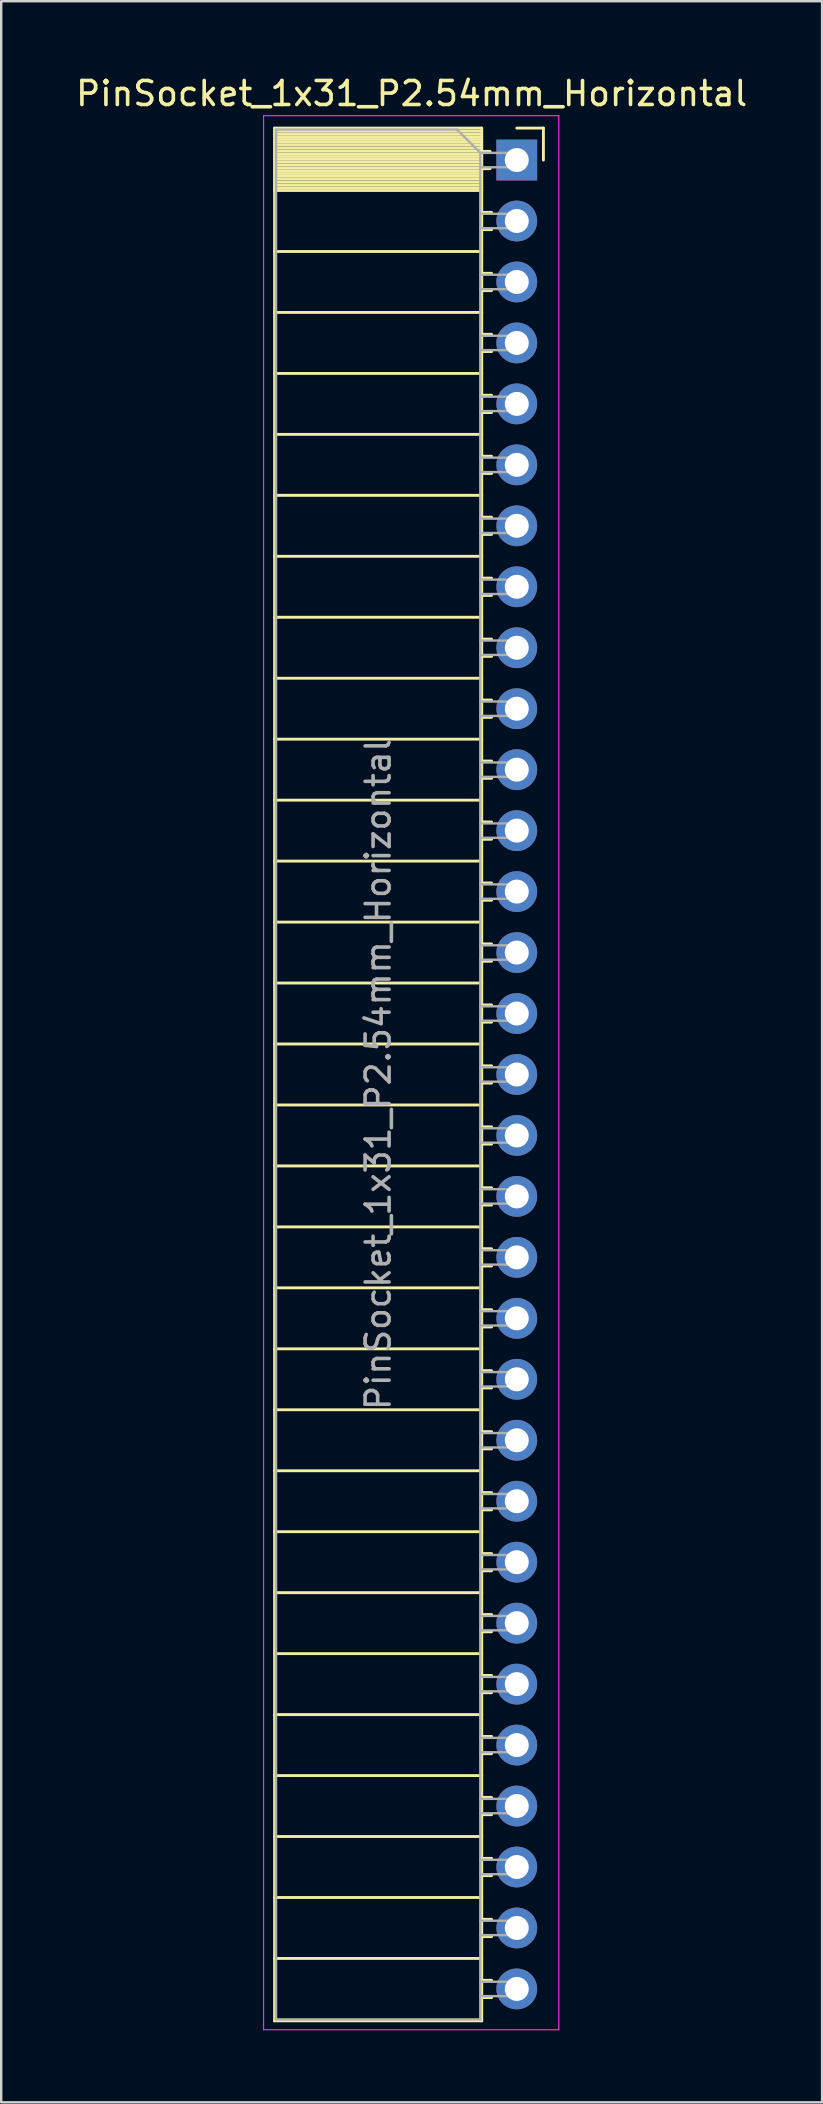
<source format=kicad_pcb>
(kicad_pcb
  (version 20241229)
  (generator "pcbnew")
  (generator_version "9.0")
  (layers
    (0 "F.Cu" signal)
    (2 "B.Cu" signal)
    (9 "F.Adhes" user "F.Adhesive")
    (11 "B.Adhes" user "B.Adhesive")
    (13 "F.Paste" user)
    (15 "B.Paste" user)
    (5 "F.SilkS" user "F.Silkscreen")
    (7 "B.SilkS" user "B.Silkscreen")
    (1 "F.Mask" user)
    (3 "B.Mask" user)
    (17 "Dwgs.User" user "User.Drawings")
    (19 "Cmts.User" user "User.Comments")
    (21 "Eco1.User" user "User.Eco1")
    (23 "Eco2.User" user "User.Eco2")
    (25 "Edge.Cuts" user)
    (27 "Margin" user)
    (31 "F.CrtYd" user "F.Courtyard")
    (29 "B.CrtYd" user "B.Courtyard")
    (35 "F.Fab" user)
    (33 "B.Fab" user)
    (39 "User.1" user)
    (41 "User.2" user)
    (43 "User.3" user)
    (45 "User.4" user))
  (footprint "PinSocket_1x31_P2.54mm_Horizontal"
    (layer "F.Cu")
    (at 18.481 3.618)
    (property "Reference" "PinSocket_1x31_P2.54mm_Horizontal" (at -4.38 -2.77 0) (layer "F.SilkS") (effects (font (size 1 1) (thickness 0.15))))
    (attr through_hole)
    (fp_line (start -10.09 -1.33) (end -10.09 77.53) (stroke (width 0.12) (type solid)) (layer "F.SilkS"))
    (fp_line (start -10.09 -1.33) (end -1.46 -1.33) (stroke (width 0.12) (type solid)) (layer "F.SilkS"))
    (fp_line (start -10.09 -1.21) (end -1.46 -1.21) (stroke (width 0.12) (type solid)) (layer "F.SilkS"))
    (fp_line (start -10.09 -1.092) (end -1.46 -1.092) (stroke (width 0.12) (type solid)) (layer "F.SilkS"))
    (fp_line (start -10.09 -0.974) (end -1.46 -0.974) (stroke (width 0.12) (type solid)) (layer "F.SilkS"))
    (fp_line (start -10.09 -0.856) (end -1.46 -0.856) (stroke (width 0.12) (type solid)) (layer "F.SilkS"))
    (fp_line (start -10.09 -0.738) (end -1.46 -0.738) (stroke (width 0.12) (type solid)) (layer "F.SilkS"))
    (fp_line (start -10.09 -0.62) (end -1.46 -0.62) (stroke (width 0.12) (type solid)) (layer "F.SilkS"))
    (fp_line (start -10.09 -0.501) (end -1.46 -0.501) (stroke (width 0.12) (type solid)) (layer "F.SilkS"))
    (fp_line (start -10.09 -0.383) (end -1.46 -0.383) (stroke (width 0.12) (type solid)) (layer "F.SilkS"))
    (fp_line (start -10.09 -0.265) (end -1.46 -0.265) (stroke (width 0.12) (type solid)) (layer "F.SilkS"))
    (fp_line (start -10.09 -0.147) (end -1.46 -0.147) (stroke (width 0.12) (type solid)) (layer "F.SilkS"))
    (fp_line (start -10.09 -0.029) (end -1.46 -0.029) (stroke (width 0.12) (type solid)) (layer "F.SilkS"))
    (fp_line (start -10.09 0.089) (end -1.46 0.089) (stroke (width 0.12) (type solid)) (layer "F.SilkS"))
    (fp_line (start -10.09 0.207) (end -1.46 0.207) (stroke (width 0.12) (type solid)) (layer "F.SilkS"))
    (fp_line (start -10.09 0.325) (end -1.46 0.325) (stroke (width 0.12) (type solid)) (layer "F.SilkS"))
    (fp_line (start -10.09 0.443) (end -1.46 0.443) (stroke (width 0.12) (type solid)) (layer "F.SilkS"))
    (fp_line (start -10.09 0.561) (end -1.46 0.561) (stroke (width 0.12) (type solid)) (layer "F.SilkS"))
    (fp_line (start -10.09 0.68) (end -1.46 0.68) (stroke (width 0.12) (type solid)) (layer "F.SilkS"))
    (fp_line (start -10.09 0.798) (end -1.46 0.798) (stroke (width 0.12) (type solid)) (layer "F.SilkS"))
    (fp_line (start -10.09 0.916) (end -1.46 0.916) (stroke (width 0.12) (type solid)) (layer "F.SilkS"))
    (fp_line (start -10.09 1.034) (end -1.46 1.034) (stroke (width 0.12) (type solid)) (layer "F.SilkS"))
    (fp_line (start -10.09 1.152) (end -1.46 1.152) (stroke (width 0.12) (type solid)) (layer "F.SilkS"))
    (fp_line (start -10.09 1.27) (end -1.46 1.27) (stroke (width 0.12) (type solid)) (layer "F.SilkS"))
    (fp_line (start -10.09 3.81) (end -1.46 3.81) (stroke (width 0.12) (type solid)) (layer "F.SilkS"))
    (fp_line (start -10.09 6.35) (end -1.46 6.35) (stroke (width 0.12) (type solid)) (layer "F.SilkS"))
    (fp_line (start -10.09 8.89) (end -1.46 8.89) (stroke (width 0.12) (type solid)) (layer "F.SilkS"))
    (fp_line (start -10.09 11.43) (end -1.46 11.43) (stroke (width 0.12) (type solid)) (layer "F.SilkS"))
    (fp_line (start -10.09 13.97) (end -1.46 13.97) (stroke (width 0.12) (type solid)) (layer "F.SilkS"))
    (fp_line (start -10.09 16.51) (end -1.46 16.51) (stroke (width 0.12) (type solid)) (layer "F.SilkS"))
    (fp_line (start -10.09 19.05) (end -1.46 19.05) (stroke (width 0.12) (type solid)) (layer "F.SilkS"))
    (fp_line (start -10.09 21.59) (end -1.46 21.59) (stroke (width 0.12) (type solid)) (layer "F.SilkS"))
    (fp_line (start -10.09 24.13) (end -1.46 24.13) (stroke (width 0.12) (type solid)) (layer "F.SilkS"))
    (fp_line (start -10.09 26.67) (end -1.46 26.67) (stroke (width 0.12) (type solid)) (layer "F.SilkS"))
    (fp_line (start -10.09 29.21) (end -1.46 29.21) (stroke (width 0.12) (type solid)) (layer "F.SilkS"))
    (fp_line (start -10.09 31.75) (end -1.46 31.75) (stroke (width 0.12) (type solid)) (layer "F.SilkS"))
    (fp_line (start -10.09 34.29) (end -1.46 34.29) (stroke (width 0.12) (type solid)) (layer "F.SilkS"))
    (fp_line (start -10.09 36.83) (end -1.46 36.83) (stroke (width 0.12) (type solid)) (layer "F.SilkS"))
    (fp_line (start -10.09 39.37) (end -1.46 39.37) (stroke (width 0.12) (type solid)) (layer "F.SilkS"))
    (fp_line (start -10.09 41.91) (end -1.46 41.91) (stroke (width 0.12) (type solid)) (layer "F.SilkS"))
    (fp_line (start -10.09 44.45) (end -1.46 44.45) (stroke (width 0.12) (type solid)) (layer "F.SilkS"))
    (fp_line (start -10.09 46.99) (end -1.46 46.99) (stroke (width 0.12) (type solid)) (layer "F.SilkS"))
    (fp_line (start -10.09 49.53) (end -1.46 49.53) (stroke (width 0.12) (type solid)) (layer "F.SilkS"))
    (fp_line (start -10.09 52.07) (end -1.46 52.07) (stroke (width 0.12) (type solid)) (layer "F.SilkS"))
    (fp_line (start -10.09 54.61) (end -1.46 54.61) (stroke (width 0.12) (type solid)) (layer "F.SilkS"))
    (fp_line (start -10.09 57.15) (end -1.46 57.15) (stroke (width 0.12) (type solid)) (layer "F.SilkS"))
    (fp_line (start -10.09 59.69) (end -1.46 59.69) (stroke (width 0.12) (type solid)) (layer "F.SilkS"))
    (fp_line (start -10.09 62.23) (end -1.46 62.23) (stroke (width 0.12) (type solid)) (layer "F.SilkS"))
    (fp_line (start -10.09 64.77) (end -1.46 64.77) (stroke (width 0.12) (type solid)) (layer "F.SilkS"))
    (fp_line (start -10.09 67.31) (end -1.46 67.31) (stroke (width 0.12) (type solid)) (layer "F.SilkS"))
    (fp_line (start -10.09 69.85) (end -1.46 69.85) (stroke (width 0.12) (type solid)) (layer "F.SilkS"))
    (fp_line (start -10.09 72.39) (end -1.46 72.39) (stroke (width 0.12) (type solid)) (layer "F.SilkS"))
    (fp_line (start -10.09 74.93) (end -1.46 74.93) (stroke (width 0.12) (type solid)) (layer "F.SilkS"))
    (fp_line (start -10.09 77.53) (end -1.46 77.53) (stroke (width 0.12) (type solid)) (layer "F.SilkS"))
    (fp_line (start -1.46 -1.33) (end -1.46 77.53) (stroke (width 0.12) (type solid)) (layer "F.SilkS"))
    (fp_line (start -1.46 -0.36) (end -1.11 -0.36) (stroke (width 0.12) (type solid)) (layer "F.SilkS"))
    (fp_line (start -1.46 0.36) (end -1.11 0.36) (stroke (width 0.12) (type solid)) (layer "F.SilkS"))
    (fp_line (start -1.46 2.18) (end -1.05 2.18) (stroke (width 0.12) (type solid)) (layer "F.SilkS"))
    (fp_line (start -1.46 2.9) (end -1.05 2.9) (stroke (width 0.12) (type solid)) (layer "F.SilkS"))
    (fp_line (start -1.46 4.72) (end -1.05 4.72) (stroke (width 0.12) (type solid)) (layer "F.SilkS"))
    (fp_line (start -1.46 5.44) (end -1.05 5.44) (stroke (width 0.12) (type solid)) (layer "F.SilkS"))
    (fp_line (start -1.46 7.26) (end -1.05 7.26) (stroke (width 0.12) (type solid)) (layer "F.SilkS"))
    (fp_line (start -1.46 7.98) (end -1.05 7.98) (stroke (width 0.12) (type solid)) (layer "F.SilkS"))
    (fp_line (start -1.46 9.8) (end -1.05 9.8) (stroke (width 0.12) (type solid)) (layer "F.SilkS"))
    (fp_line (start -1.46 10.52) (end -1.05 10.52) (stroke (width 0.12) (type solid)) (layer "F.SilkS"))
    (fp_line (start -1.46 12.34) (end -1.05 12.34) (stroke (width 0.12) (type solid)) (layer "F.SilkS"))
    (fp_line (start -1.46 13.06) (end -1.05 13.06) (stroke (width 0.12) (type solid)) (layer "F.SilkS"))
    (fp_line (start -1.46 14.88) (end -1.05 14.88) (stroke (width 0.12) (type solid)) (layer "F.SilkS"))
    (fp_line (start -1.46 15.6) (end -1.05 15.6) (stroke (width 0.12) (type solid)) (layer "F.SilkS"))
    (fp_line (start -1.46 17.42) (end -1.05 17.42) (stroke (width 0.12) (type solid)) (layer "F.SilkS"))
    (fp_line (start -1.46 18.14) (end -1.05 18.14) (stroke (width 0.12) (type solid)) (layer "F.SilkS"))
    (fp_line (start -1.46 19.96) (end -1.05 19.96) (stroke (width 0.12) (type solid)) (layer "F.SilkS"))
    (fp_line (start -1.46 20.68) (end -1.05 20.68) (stroke (width 0.12) (type solid)) (layer "F.SilkS"))
    (fp_line (start -1.46 22.5) (end -1.05 22.5) (stroke (width 0.12) (type solid)) (layer "F.SilkS"))
    (fp_line (start -1.46 23.22) (end -1.05 23.22) (stroke (width 0.12) (type solid)) (layer "F.SilkS"))
    (fp_line (start -1.46 25.04) (end -1.05 25.04) (stroke (width 0.12) (type solid)) (layer "F.SilkS"))
    (fp_line (start -1.46 25.76) (end -1.05 25.76) (stroke (width 0.12) (type solid)) (layer "F.SilkS"))
    (fp_line (start -1.46 27.58) (end -1.05 27.58) (stroke (width 0.12) (type solid)) (layer "F.SilkS"))
    (fp_line (start -1.46 28.3) (end -1.05 28.3) (stroke (width 0.12) (type solid)) (layer "F.SilkS"))
    (fp_line (start -1.46 30.12) (end -1.05 30.12) (stroke (width 0.12) (type solid)) (layer "F.SilkS"))
    (fp_line (start -1.46 30.84) (end -1.05 30.84) (stroke (width 0.12) (type solid)) (layer "F.SilkS"))
    (fp_line (start -1.46 32.66) (end -1.05 32.66) (stroke (width 0.12) (type solid)) (layer "F.SilkS"))
    (fp_line (start -1.46 33.38) (end -1.05 33.38) (stroke (width 0.12) (type solid)) (layer "F.SilkS"))
    (fp_line (start -1.46 35.2) (end -1.05 35.2) (stroke (width 0.12) (type solid)) (layer "F.SilkS"))
    (fp_line (start -1.46 35.92) (end -1.05 35.92) (stroke (width 0.12) (type solid)) (layer "F.SilkS"))
    (fp_line (start -1.46 37.74) (end -1.05 37.74) (stroke (width 0.12) (type solid)) (layer "F.SilkS"))
    (fp_line (start -1.46 38.46) (end -1.05 38.46) (stroke (width 0.12) (type solid)) (layer "F.SilkS"))
    (fp_line (start -1.46 40.28) (end -1.05 40.28) (stroke (width 0.12) (type solid)) (layer "F.SilkS"))
    (fp_line (start -1.46 41) (end -1.05 41) (stroke (width 0.12) (type solid)) (layer "F.SilkS"))
    (fp_line (start -1.46 42.82) (end -1.05 42.82) (stroke (width 0.12) (type solid)) (layer "F.SilkS"))
    (fp_line (start -1.46 43.54) (end -1.05 43.54) (stroke (width 0.12) (type solid)) (layer "F.SilkS"))
    (fp_line (start -1.46 45.36) (end -1.05 45.36) (stroke (width 0.12) (type solid)) (layer "F.SilkS"))
    (fp_line (start -1.46 46.08) (end -1.05 46.08) (stroke (width 0.12) (type solid)) (layer "F.SilkS"))
    (fp_line (start -1.46 47.9) (end -1.05 47.9) (stroke (width 0.12) (type solid)) (layer "F.SilkS"))
    (fp_line (start -1.46 48.62) (end -1.05 48.62) (stroke (width 0.12) (type solid)) (layer "F.SilkS"))
    (fp_line (start -1.46 50.44) (end -1.05 50.44) (stroke (width 0.12) (type solid)) (layer "F.SilkS"))
    (fp_line (start -1.46 51.16) (end -1.05 51.16) (stroke (width 0.12) (type solid)) (layer "F.SilkS"))
    (fp_line (start -1.46 52.98) (end -1.05 52.98) (stroke (width 0.12) (type solid)) (layer "F.SilkS"))
    (fp_line (start -1.46 53.7) (end -1.05 53.7) (stroke (width 0.12) (type solid)) (layer "F.SilkS"))
    (fp_line (start -1.46 55.52) (end -1.05 55.52) (stroke (width 0.12) (type solid)) (layer "F.SilkS"))
    (fp_line (start -1.46 56.24) (end -1.05 56.24) (stroke (width 0.12) (type solid)) (layer "F.SilkS"))
    (fp_line (start -1.46 58.06) (end -1.05 58.06) (stroke (width 0.12) (type solid)) (layer "F.SilkS"))
    (fp_line (start -1.46 58.78) (end -1.05 58.78) (stroke (width 0.12) (type solid)) (layer "F.SilkS"))
    (fp_line (start -1.46 60.6) (end -1.05 60.6) (stroke (width 0.12) (type solid)) (layer "F.SilkS"))
    (fp_line (start -1.46 61.32) (end -1.05 61.32) (stroke (width 0.12) (type solid)) (layer "F.SilkS"))
    (fp_line (start -1.46 63.14) (end -1.05 63.14) (stroke (width 0.12) (type solid)) (layer "F.SilkS"))
    (fp_line (start -1.46 63.86) (end -1.05 63.86) (stroke (width 0.12) (type solid)) (layer "F.SilkS"))
    (fp_line (start -1.46 65.68) (end -1.05 65.68) (stroke (width 0.12) (type solid)) (layer "F.SilkS"))
    (fp_line (start -1.46 66.4) (end -1.05 66.4) (stroke (width 0.12) (type solid)) (layer "F.SilkS"))
    (fp_line (start -1.46 68.22) (end -1.05 68.22) (stroke (width 0.12) (type solid)) (layer "F.SilkS"))
    (fp_line (start -1.46 68.94) (end -1.05 68.94) (stroke (width 0.12) (type solid)) (layer "F.SilkS"))
    (fp_line (start -1.46 70.76) (end -1.05 70.76) (stroke (width 0.12) (type solid)) (layer "F.SilkS"))
    (fp_line (start -1.46 71.48) (end -1.05 71.48) (stroke (width 0.12) (type solid)) (layer "F.SilkS"))
    (fp_line (start -1.46 73.3) (end -1.05 73.3) (stroke (width 0.12) (type solid)) (layer "F.SilkS"))
    (fp_line (start -1.46 74.02) (end -1.05 74.02) (stroke (width 0.12) (type solid)) (layer "F.SilkS"))
    (fp_line (start -1.46 75.84) (end -1.05 75.84) (stroke (width 0.12) (type solid)) (layer "F.SilkS"))
    (fp_line (start -1.46 76.56) (end -1.05 76.56) (stroke (width 0.12) (type solid)) (layer "F.SilkS"))
    (fp_line (start 0 -1.33) (end 1.11 -1.33) (stroke (width 0.12) (type solid)) (layer "F.SilkS"))
    (fp_line (start 1.11 -1.33) (end 1.11 0) (stroke (width 0.12) (type solid)) (layer "F.SilkS"))
    (fp_line (start -10.55 -1.85) (end -10.55 77.9) (stroke (width 0.05) (type solid)) (layer "F.CrtYd"))
    (fp_line (start -10.55 77.9) (end 1.75 77.9) (stroke (width 0.05) (type solid)) (layer "F.CrtYd"))
    (fp_line (start 1.75 -1.85) (end -10.55 -1.85) (stroke (width 0.05) (type solid)) (layer "F.CrtYd"))
    (fp_line (start 1.75 77.9) (end 1.75 -1.85) (stroke (width 0.05) (type solid)) (layer "F.CrtYd"))
    (fp_line (start -10.03 -1.27) (end -2.49 -1.27) (stroke (width 0.1) (type solid)) (layer "F.Fab"))
    (fp_line (start -10.03 77.47) (end -10.03 -1.27) (stroke (width 0.1) (type solid)) (layer "F.Fab"))
    (fp_line (start -2.49 -1.27) (end -1.52 -0.3) (stroke (width 0.1) (type solid)) (layer "F.Fab"))
    (fp_line (start -1.52 -0.3) (end -1.52 77.47) (stroke (width 0.1) (type solid)) (layer "F.Fab"))
    (fp_line (start -1.52 0.3) (end 0 0.3) (stroke (width 0.1) (type solid)) (layer "F.Fab"))
    (fp_line (start -1.52 2.84) (end 0 2.84) (stroke (width 0.1) (type solid)) (layer "F.Fab"))
    (fp_line (start -1.52 5.38) (end 0 5.38) (stroke (width 0.1) (type solid)) (layer "F.Fab"))
    (fp_line (start -1.52 7.92) (end 0 7.92) (stroke (width 0.1) (type solid)) (layer "F.Fab"))
    (fp_line (start -1.52 10.46) (end 0 10.46) (stroke (width 0.1) (type solid)) (layer "F.Fab"))
    (fp_line (start -1.52 13) (end 0 13) (stroke (width 0.1) (type solid)) (layer "F.Fab"))
    (fp_line (start -1.52 15.54) (end 0 15.54) (stroke (width 0.1) (type solid)) (layer "F.Fab"))
    (fp_line (start -1.52 18.08) (end 0 18.08) (stroke (width 0.1) (type solid)) (layer "F.Fab"))
    (fp_line (start -1.52 20.62) (end 0 20.62) (stroke (width 0.1) (type solid)) (layer "F.Fab"))
    (fp_line (start -1.52 23.16) (end 0 23.16) (stroke (width 0.1) (type solid)) (layer "F.Fab"))
    (fp_line (start -1.52 25.7) (end 0 25.7) (stroke (width 0.1) (type solid)) (layer "F.Fab"))
    (fp_line (start -1.52 28.24) (end 0 28.24) (stroke (width 0.1) (type solid)) (layer "F.Fab"))
    (fp_line (start -1.52 30.78) (end 0 30.78) (stroke (width 0.1) (type solid)) (layer "F.Fab"))
    (fp_line (start -1.52 33.32) (end 0 33.32) (stroke (width 0.1) (type solid)) (layer "F.Fab"))
    (fp_line (start -1.52 35.86) (end 0 35.86) (stroke (width 0.1) (type solid)) (layer "F.Fab"))
    (fp_line (start -1.52 38.4) (end 0 38.4) (stroke (width 0.1) (type solid)) (layer "F.Fab"))
    (fp_line (start -1.52 40.94) (end 0 40.94) (stroke (width 0.1) (type solid)) (layer "F.Fab"))
    (fp_line (start -1.52 43.48) (end 0 43.48) (stroke (width 0.1) (type solid)) (layer "F.Fab"))
    (fp_line (start -1.52 46.02) (end 0 46.02) (stroke (width 0.1) (type solid)) (layer "F.Fab"))
    (fp_line (start -1.52 48.56) (end 0 48.56) (stroke (width 0.1) (type solid)) (layer "F.Fab"))
    (fp_line (start -1.52 51.1) (end 0 51.1) (stroke (width 0.1) (type solid)) (layer "F.Fab"))
    (fp_line (start -1.52 53.64) (end 0 53.64) (stroke (width 0.1) (type solid)) (layer "F.Fab"))
    (fp_line (start -1.52 56.18) (end 0 56.18) (stroke (width 0.1) (type solid)) (layer "F.Fab"))
    (fp_line (start -1.52 58.72) (end 0 58.72) (stroke (width 0.1) (type solid)) (layer "F.Fab"))
    (fp_line (start -1.52 61.26) (end 0 61.26) (stroke (width 0.1) (type solid)) (layer "F.Fab"))
    (fp_line (start -1.52 63.8) (end 0 63.8) (stroke (width 0.1) (type solid)) (layer "F.Fab"))
    (fp_line (start -1.52 66.34) (end 0 66.34) (stroke (width 0.1) (type solid)) (layer "F.Fab"))
    (fp_line (start -1.52 68.88) (end 0 68.88) (stroke (width 0.1) (type solid)) (layer "F.Fab"))
    (fp_line (start -1.52 71.42) (end 0 71.42) (stroke (width 0.1) (type solid)) (layer "F.Fab"))
    (fp_line (start -1.52 73.96) (end 0 73.96) (stroke (width 0.1) (type solid)) (layer "F.Fab"))
    (fp_line (start -1.52 76.5) (end 0 76.5) (stroke (width 0.1) (type solid)) (layer "F.Fab"))
    (fp_line (start -1.52 77.47) (end -10.03 77.47) (stroke (width 0.1) (type solid)) (layer "F.Fab"))
    (fp_line (start 0 -0.3) (end -1.52 -0.3) (stroke (width 0.1) (type solid)) (layer "F.Fab"))
    (fp_line (start 0 0.3) (end 0 -0.3) (stroke (width 0.1) (type solid)) (layer "F.Fab"))
    (fp_line (start 0 2.24) (end -1.52 2.24) (stroke (width 0.1) (type solid)) (layer "F.Fab"))
    (fp_line (start 0 2.84) (end 0 2.24) (stroke (width 0.1) (type solid)) (layer "F.Fab"))
    (fp_line (start 0 4.78) (end -1.52 4.78) (stroke (width 0.1) (type solid)) (layer "F.Fab"))
    (fp_line (start 0 5.38) (end 0 4.78) (stroke (width 0.1) (type solid)) (layer "F.Fab"))
    (fp_line (start 0 7.32) (end -1.52 7.32) (stroke (width 0.1) (type solid)) (layer "F.Fab"))
    (fp_line (start 0 7.92) (end 0 7.32) (stroke (width 0.1) (type solid)) (layer "F.Fab"))
    (fp_line (start 0 9.86) (end -1.52 9.86) (stroke (width 0.1) (type solid)) (layer "F.Fab"))
    (fp_line (start 0 10.46) (end 0 9.86) (stroke (width 0.1) (type solid)) (layer "F.Fab"))
    (fp_line (start 0 12.4) (end -1.52 12.4) (stroke (width 0.1) (type solid)) (layer "F.Fab"))
    (fp_line (start 0 13) (end 0 12.4) (stroke (width 0.1) (type solid)) (layer "F.Fab"))
    (fp_line (start 0 14.94) (end -1.52 14.94) (stroke (width 0.1) (type solid)) (layer "F.Fab"))
    (fp_line (start 0 15.54) (end 0 14.94) (stroke (width 0.1) (type solid)) (layer "F.Fab"))
    (fp_line (start 0 17.48) (end -1.52 17.48) (stroke (width 0.1) (type solid)) (layer "F.Fab"))
    (fp_line (start 0 18.08) (end 0 17.48) (stroke (width 0.1) (type solid)) (layer "F.Fab"))
    (fp_line (start 0 20.02) (end -1.52 20.02) (stroke (width 0.1) (type solid)) (layer "F.Fab"))
    (fp_line (start 0 20.62) (end 0 20.02) (stroke (width 0.1) (type solid)) (layer "F.Fab"))
    (fp_line (start 0 22.56) (end -1.52 22.56) (stroke (width 0.1) (type solid)) (layer "F.Fab"))
    (fp_line (start 0 23.16) (end 0 22.56) (stroke (width 0.1) (type solid)) (layer "F.Fab"))
    (fp_line (start 0 25.1) (end -1.52 25.1) (stroke (width 0.1) (type solid)) (layer "F.Fab"))
    (fp_line (start 0 25.7) (end 0 25.1) (stroke (width 0.1) (type solid)) (layer "F.Fab"))
    (fp_line (start 0 27.64) (end -1.52 27.64) (stroke (width 0.1) (type solid)) (layer "F.Fab"))
    (fp_line (start 0 28.24) (end 0 27.64) (stroke (width 0.1) (type solid)) (layer "F.Fab"))
    (fp_line (start 0 30.18) (end -1.52 30.18) (stroke (width 0.1) (type solid)) (layer "F.Fab"))
    (fp_line (start 0 30.78) (end 0 30.18) (stroke (width 0.1) (type solid)) (layer "F.Fab"))
    (fp_line (start 0 32.72) (end -1.52 32.72) (stroke (width 0.1) (type solid)) (layer "F.Fab"))
    (fp_line (start 0 33.32) (end 0 32.72) (stroke (width 0.1) (type solid)) (layer "F.Fab"))
    (fp_line (start 0 35.26) (end -1.52 35.26) (stroke (width 0.1) (type solid)) (layer "F.Fab"))
    (fp_line (start 0 35.86) (end 0 35.26) (stroke (width 0.1) (type solid)) (layer "F.Fab"))
    (fp_line (start 0 37.8) (end -1.52 37.8) (stroke (width 0.1) (type solid)) (layer "F.Fab"))
    (fp_line (start 0 38.4) (end 0 37.8) (stroke (width 0.1) (type solid)) (layer "F.Fab"))
    (fp_line (start 0 40.34) (end -1.52 40.34) (stroke (width 0.1) (type solid)) (layer "F.Fab"))
    (fp_line (start 0 40.94) (end 0 40.34) (stroke (width 0.1) (type solid)) (layer "F.Fab"))
    (fp_line (start 0 42.88) (end -1.52 42.88) (stroke (width 0.1) (type solid)) (layer "F.Fab"))
    (fp_line (start 0 43.48) (end 0 42.88) (stroke (width 0.1) (type solid)) (layer "F.Fab"))
    (fp_line (start 0 45.42) (end -1.52 45.42) (stroke (width 0.1) (type solid)) (layer "F.Fab"))
    (fp_line (start 0 46.02) (end 0 45.42) (stroke (width 0.1) (type solid)) (layer "F.Fab"))
    (fp_line (start 0 47.96) (end -1.52 47.96) (stroke (width 0.1) (type solid)) (layer "F.Fab"))
    (fp_line (start 0 48.56) (end 0 47.96) (stroke (width 0.1) (type solid)) (layer "F.Fab"))
    (fp_line (start 0 50.5) (end -1.52 50.5) (stroke (width 0.1) (type solid)) (layer "F.Fab"))
    (fp_line (start 0 51.1) (end 0 50.5) (stroke (width 0.1) (type solid)) (layer "F.Fab"))
    (fp_line (start 0 53.04) (end -1.52 53.04) (stroke (width 0.1) (type solid)) (layer "F.Fab"))
    (fp_line (start 0 53.64) (end 0 53.04) (stroke (width 0.1) (type solid)) (layer "F.Fab"))
    (fp_line (start 0 55.58) (end -1.52 55.58) (stroke (width 0.1) (type solid)) (layer "F.Fab"))
    (fp_line (start 0 56.18) (end 0 55.58) (stroke (width 0.1) (type solid)) (layer "F.Fab"))
    (fp_line (start 0 58.12) (end -1.52 58.12) (stroke (width 0.1) (type solid)) (layer "F.Fab"))
    (fp_line (start 0 58.72) (end 0 58.12) (stroke (width 0.1) (type solid)) (layer "F.Fab"))
    (fp_line (start 0 60.66) (end -1.52 60.66) (stroke (width 0.1) (type solid)) (layer "F.Fab"))
    (fp_line (start 0 61.26) (end 0 60.66) (stroke (width 0.1) (type solid)) (layer "F.Fab"))
    (fp_line (start 0 63.2) (end -1.52 63.2) (stroke (width 0.1) (type solid)) (layer "F.Fab"))
    (fp_line (start 0 63.8) (end 0 63.2) (stroke (width 0.1) (type solid)) (layer "F.Fab"))
    (fp_line (start 0 65.74) (end -1.52 65.74) (stroke (width 0.1) (type solid)) (layer "F.Fab"))
    (fp_line (start 0 66.34) (end 0 65.74) (stroke (width 0.1) (type solid)) (layer "F.Fab"))
    (fp_line (start 0 68.28) (end -1.52 68.28) (stroke (width 0.1) (type solid)) (layer "F.Fab"))
    (fp_line (start 0 68.88) (end 0 68.28) (stroke (width 0.1) (type solid)) (layer "F.Fab"))
    (fp_line (start 0 70.82) (end -1.52 70.82) (stroke (width 0.1) (type solid)) (layer "F.Fab"))
    (fp_line (start 0 71.42) (end 0 70.82) (stroke (width 0.1) (type solid)) (layer "F.Fab"))
    (fp_line (start 0 73.36) (end -1.52 73.36) (stroke (width 0.1) (type solid)) (layer "F.Fab"))
    (fp_line (start 0 73.96) (end 0 73.36) (stroke (width 0.1) (type solid)) (layer "F.Fab"))
    (fp_line (start 0 75.9) (end -1.52 75.9) (stroke (width 0.1) (type solid)) (layer "F.Fab"))
    (fp_line (start 0 76.5) (end 0 75.9) (stroke (width 0.1) (type solid)) (layer "F.Fab"))
    (fp_text user "${REFERENCE}" (at -5.775 38.1 90) (layer "F.Fab") (effects (font (size 1 1) (thickness 0.15))))
    (pad "1" thru_hole rect (at 0 0) (size 1.7 1.7) (drill 1) (layers "*.Cu" "*.Mask"))
    (pad "2" thru_hole circle (at 0 2.54) (size 1.7 1.7) (drill 1) (layers "*.Cu" "*.Mask"))
    (pad "3" thru_hole circle (at 0 5.08) (size 1.7 1.7) (drill 1) (layers "*.Cu" "*.Mask"))
    (pad "4" thru_hole circle (at 0 7.62) (size 1.7 1.7) (drill 1) (layers "*.Cu" "*.Mask"))
    (pad "5" thru_hole circle (at 0 10.16) (size 1.7 1.7) (drill 1) (layers "*.Cu" "*.Mask"))
    (pad "6" thru_hole circle (at 0 12.7) (size 1.7 1.7) (drill 1) (layers "*.Cu" "*.Mask"))
    (pad "7" thru_hole circle (at 0 15.24) (size 1.7 1.7) (drill 1) (layers "*.Cu" "*.Mask"))
    (pad "8" thru_hole circle (at 0 17.78) (size 1.7 1.7) (drill 1) (layers "*.Cu" "*.Mask"))
    (pad "9" thru_hole circle (at 0 20.32) (size 1.7 1.7) (drill 1) (layers "*.Cu" "*.Mask"))
    (pad "10" thru_hole circle (at 0 22.86) (size 1.7 1.7) (drill 1) (layers "*.Cu" "*.Mask"))
    (pad "11" thru_hole circle (at 0 25.4) (size 1.7 1.7) (drill 1) (layers "*.Cu" "*.Mask"))
    (pad "12" thru_hole circle (at 0 27.94) (size 1.7 1.7) (drill 1) (layers "*.Cu" "*.Mask"))
    (pad "13" thru_hole circle (at 0 30.48) (size 1.7 1.7) (drill 1) (layers "*.Cu" "*.Mask"))
    (pad "14" thru_hole circle (at 0 33.02) (size 1.7 1.7) (drill 1) (layers "*.Cu" "*.Mask"))
    (pad "15" thru_hole circle (at 0 35.56) (size 1.7 1.7) (drill 1) (layers "*.Cu" "*.Mask"))
    (pad "16" thru_hole circle (at 0 38.1) (size 1.7 1.7) (drill 1) (layers "*.Cu" "*.Mask"))
    (pad "17" thru_hole circle (at 0 40.64) (size 1.7 1.7) (drill 1) (layers "*.Cu" "*.Mask"))
    (pad "18" thru_hole circle (at 0 43.18) (size 1.7 1.7) (drill 1) (layers "*.Cu" "*.Mask"))
    (pad "19" thru_hole circle (at 0 45.72) (size 1.7 1.7) (drill 1) (layers "*.Cu" "*.Mask"))
    (pad "20" thru_hole circle (at 0 48.26) (size 1.7 1.7) (drill 1) (layers "*.Cu" "*.Mask"))
    (pad "21" thru_hole circle (at 0 50.8) (size 1.7 1.7) (drill 1) (layers "*.Cu" "*.Mask"))
    (pad "22" thru_hole circle (at 0 53.34) (size 1.7 1.7) (drill 1) (layers "*.Cu" "*.Mask"))
    (pad "23" thru_hole circle (at 0 55.88) (size 1.7 1.7) (drill 1) (layers "*.Cu" "*.Mask"))
    (pad "24" thru_hole circle (at 0 58.42) (size 1.7 1.7) (drill 1) (layers "*.Cu" "*.Mask"))
    (pad "25" thru_hole circle (at 0 60.96) (size 1.7 1.7) (drill 1) (layers "*.Cu" "*.Mask"))
    (pad "26" thru_hole circle (at 0 63.5) (size 1.7 1.7) (drill 1) (layers "*.Cu" "*.Mask"))
    (pad "27" thru_hole circle (at 0 66.04) (size 1.7 1.7) (drill 1) (layers "*.Cu" "*.Mask"))
    (pad "28" thru_hole circle (at 0 68.58) (size 1.7 1.7) (drill 1) (layers "*.Cu" "*.Mask"))
    (pad "29" thru_hole circle (at 0 71.12) (size 1.7 1.7) (drill 1) (layers "*.Cu" "*.Mask"))
    (pad "30" thru_hole circle (at 0 73.66) (size 1.7 1.7) (drill 1) (layers "*.Cu" "*.Mask"))
    (pad "31" thru_hole circle (at 0 76.2) (size 1.7 1.7) (drill 1) (layers "*.Cu" "*.Mask")))
  (gr_rect
    (start -3 -3)
    (end 31.202 84.543)
    (stroke (width 0.1) (type default))
    (fill no)
    (layer "Edge.Cuts")))
</source>
